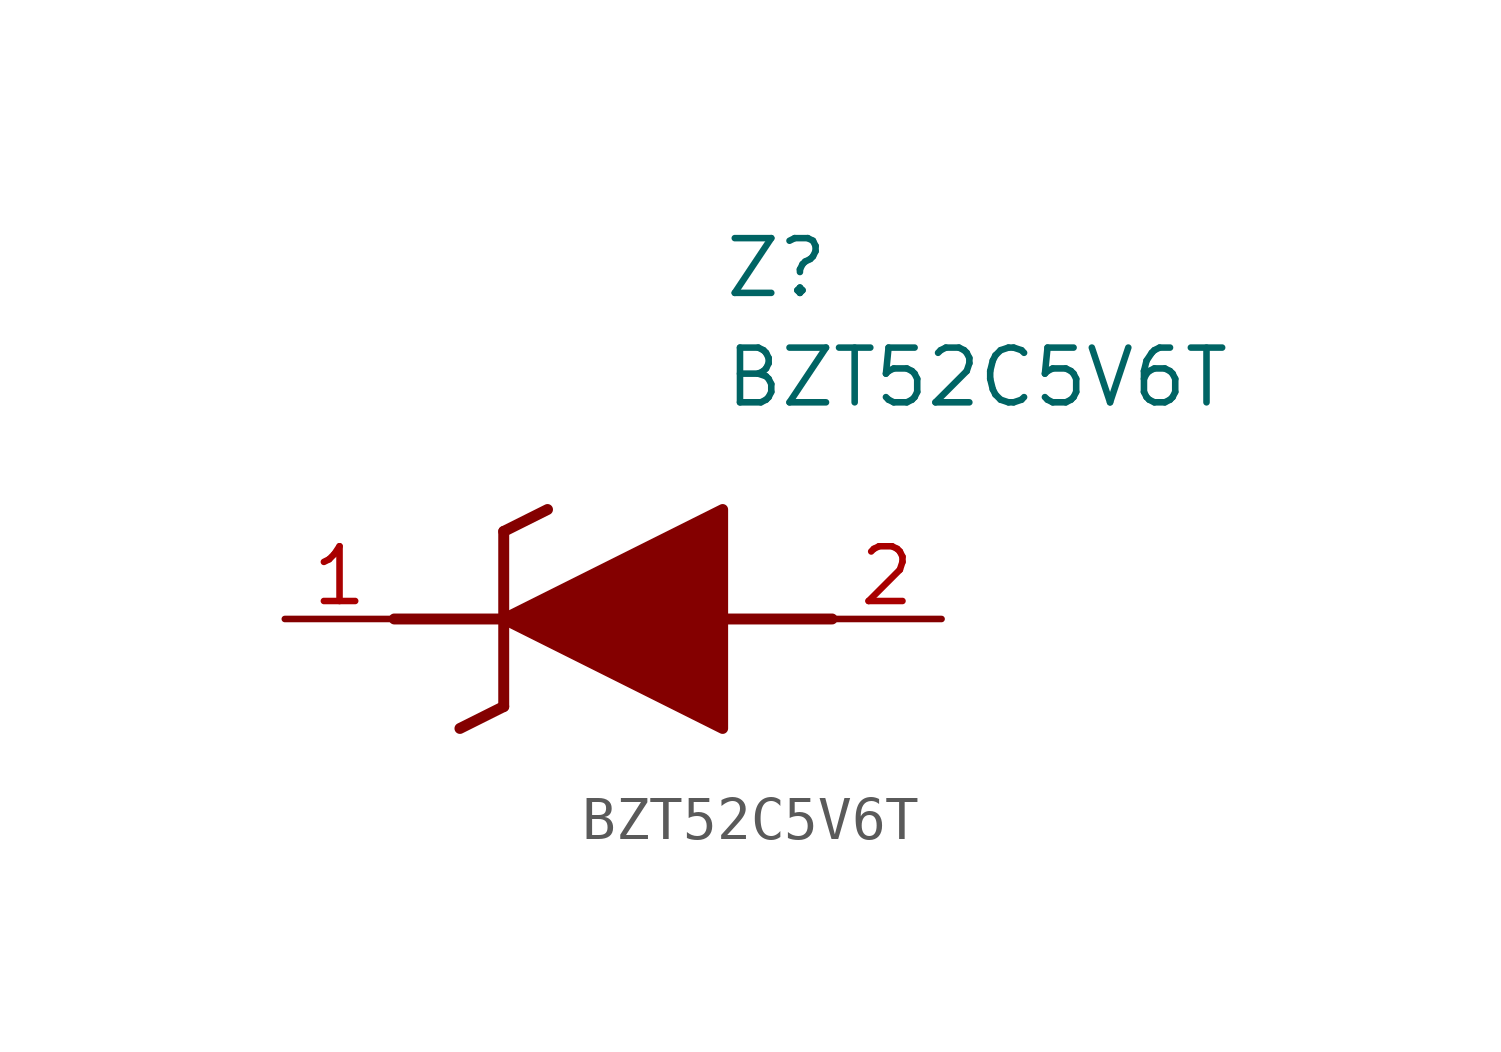
<source format=kicad_sym>
(kicad_symbol_lib
  (version 20241209)
  (generator "kicad_symbol_editor")
  (generator_version "9.0")
  (symbol "BZT52C5V6T"
    (pin_names
      (hide yes))
    (property "Reference" "Z"
      (at 10.16 8.89 0)
      (effects (font (size 1.27 1.27)) (justify left top)))
    (property "Value" "BZT52C5V6T"
      (at 10.16 6.35 0)
      (effects (font (size 1.27 1.27)) (justify left top)))
    (symbol "BZT52C5V6T_1_1"
      (polyline (pts (xy 2.54 0) (xy 5.08 0)) (stroke (width 0.254) (type default)) (fill (type none)))
      (polyline (pts (xy 4.064 -2.54) (xy 5.08 -2.032)) (stroke (width 0.254) (type default)) (fill (type none)))
      (polyline (pts (xy 5.08 2.032) (xy 5.08 -2.032)) (stroke (width 0.254) (type default)) (fill (type none)))
      (polyline (pts (xy 5.08 2.032) (xy 6.096 2.54)) (stroke (width 0.254) (type default)) (fill (type none)))
      (polyline (pts (xy 5.08 0) (xy 10.16 2.54) (xy 10.16 -2.54) (xy 5.08 0)) (stroke (width 0.254) (type default)) (fill (type outline)))
      (polyline (pts (xy 12.7 0) (xy 10.16 0)) (stroke (width 0.254) (type default)) (fill (type none)))
      (pin passive line (at 0 0 0) (length 2.54) (name "K" (effects (font (size 1.27 1.27)))) (number "1" (effects (font (size 1.27 1.27)))))
      (pin passive line (at 15.24 0 180) (length 2.54) (name "A" (effects (font (size 1.27 1.27)))) (number "2" (effects (font (size 1.27 1.27))))))))
</source>
